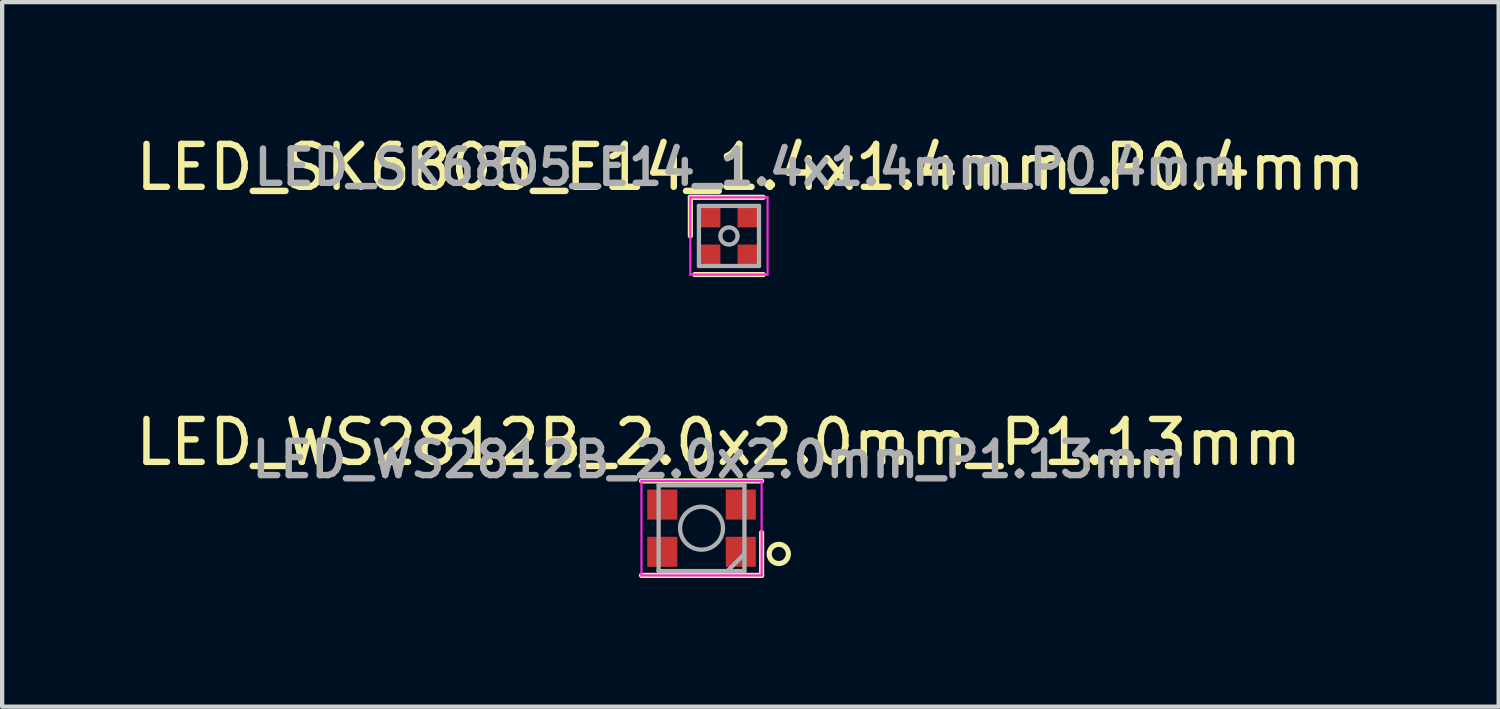
<source format=kicad_pcb>
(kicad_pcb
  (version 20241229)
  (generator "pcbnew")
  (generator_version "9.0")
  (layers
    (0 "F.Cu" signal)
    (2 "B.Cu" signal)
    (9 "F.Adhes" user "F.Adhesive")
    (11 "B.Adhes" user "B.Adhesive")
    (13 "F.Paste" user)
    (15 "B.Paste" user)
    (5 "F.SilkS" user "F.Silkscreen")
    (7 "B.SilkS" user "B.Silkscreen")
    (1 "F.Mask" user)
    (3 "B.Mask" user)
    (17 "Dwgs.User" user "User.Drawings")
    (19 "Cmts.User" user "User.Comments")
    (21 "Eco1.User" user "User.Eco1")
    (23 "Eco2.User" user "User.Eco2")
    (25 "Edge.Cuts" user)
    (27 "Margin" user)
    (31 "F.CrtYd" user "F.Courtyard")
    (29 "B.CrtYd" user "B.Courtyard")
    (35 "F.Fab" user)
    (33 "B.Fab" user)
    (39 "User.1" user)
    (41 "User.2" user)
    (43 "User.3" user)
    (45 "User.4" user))
  (footprint "LED_WS2812B_2.0x2.0mm_P1.13mm"
    (layer "F.Cu")
    (at 13.296 9.257)
    (property "Reference" "LED_WS2812B_2.0x2.0mm_P1.13mm" (at 0.4 -2 0) (layer "F.SilkS") (effects (font (size 1 1) (thickness 0.15))))
    (attr smd)
    (fp_line (start -1.4 -1.1) (end 1.4 -1.1) (stroke (width 0.12) (type solid)) (layer "F.SilkS"))
    (fp_line (start -1.4 1.1) (end 1.4 1.1) (stroke (width 0.12) (type solid)) (layer "F.SilkS"))
    (fp_line (start 1.4 1.1) (end 1.4 0.1) (stroke (width 0.12) (type solid)) (layer "F.SilkS"))
    (fp_circle (center 1.8 0.6) (end 1.9 0.8) (stroke (width 0.12) (type solid)) (fill no) (layer "F.SilkS"))
    (fp_line (start -1.4 -1.1) (end -1.4 1.1) (stroke (width 0.05) (type solid)) (layer "F.CrtYd"))
    (fp_line (start -1.4 1.1) (end 1.4 1.1) (stroke (width 0.05) (type solid)) (layer "F.CrtYd"))
    (fp_line (start 1.4 -1.1) (end -1.4 -1.1) (stroke (width 0.05) (type solid)) (layer "F.CrtYd"))
    (fp_line (start 1.4 1.1) (end 1.4 -1.1) (stroke (width 0.05) (type solid)) (layer "F.CrtYd"))
    (fp_line (start -1 -1) (end -1 1) (stroke (width 0.1) (type solid)) (layer "F.Fab"))
    (fp_line (start -1 1) (end 1 1) (stroke (width 0.1) (type solid)) (layer "F.Fab"))
    (fp_line (start 1 -1) (end -1 -1) (stroke (width 0.1) (type solid)) (layer "F.Fab"))
    (fp_line (start 1 0.6) (end 0.6 1) (stroke (width 0.1) (type solid)) (layer "F.Fab"))
    (fp_line (start 1 1) (end 1 -1) (stroke (width 0.1) (type solid)) (layer "F.Fab"))
    (fp_circle (center 0 0) (end 0.5 0) (stroke (width 0.1) (type solid)) (fill no) (layer "F.Fab"))
    (fp_text user "${REFERENCE}" (at 0.4 -1.6 0) (layer "F.Fab") (effects (font (size 0.8 0.8) (thickness 0.15))))
    (pad "1" smd rect (at -0.915 0.55) (size 0.7 0.7) (layers "F.Cu" "F.Mask" "F.Paste"))
    (pad "2" smd rect (at 0.915 0.55) (size 0.7 0.7) (layers "F.Cu" "F.Mask" "F.Paste"))
    (pad "3" smd rect (at 0.915 -0.55) (size 0.7 0.7) (layers "F.Cu" "F.Mask" "F.Paste"))
    (pad "4" smd rect (at -0.915 -0.55) (size 0.7 0.7) (layers "F.Cu" "F.Mask" "F.Paste")))
  (footprint "LED_SK6805_E14_1.4x1.4mm_P0.4mm"
    (layer "F.Cu")
    (at 13.935 2.448)
    (property "Reference" "LED_SK6805_E14_1.4x1.4mm_P0.4mm" (at 0.5 -1.6 0) (layer "F.SilkS") (effects (font (size 1 1) (thickness 0.15))))
    (attr smd)
    (fp_line (start -0.9 -0.9) (end 0.8 -0.9) (stroke (width 0.12) (type solid)) (layer "F.SilkS"))
    (fp_line (start -0.9 0) (end -0.9 -0.9) (stroke (width 0.12) (type solid)) (layer "F.SilkS"))
    (fp_line (start -0.8 0.9) (end 0.8 0.9) (stroke (width 0.12) (type solid)) (layer "F.SilkS"))
    (fp_line (start -0.9 -0.9) (end -0.9 0.9) (stroke (width 0.05) (type solid)) (layer "F.CrtYd"))
    (fp_line (start -0.9 0.9) (end 0.9 0.9) (stroke (width 0.05) (type solid)) (layer "F.CrtYd"))
    (fp_line (start 0.9 -0.9) (end -0.9 -0.9) (stroke (width 0.05) (type solid)) (layer "F.CrtYd"))
    (fp_line (start 0.9 0.9) (end 0.9 -0.9) (stroke (width 0.05) (type solid)) (layer "F.CrtYd"))
    (fp_line (start -0.7 -0.7) (end -0.7 0.7) (stroke (width 0.1) (type solid)) (layer "F.Fab"))
    (fp_line (start -0.7 0.7) (end 0.7 0.7) (stroke (width 0.1) (type solid)) (layer "F.Fab"))
    (fp_line (start 0.7 -0.7) (end -0.7 -0.7) (stroke (width 0.1) (type solid)) (layer "F.Fab"))
    (fp_line (start 0.7 0.7) (end 0.7 -0.7) (stroke (width 0.1) (type solid)) (layer "F.Fab"))
    (fp_circle (center 0 0) (end 0.2 0) (stroke (width 0.1) (type solid)) (fill no) (layer "F.Fab"))
    (fp_text user "${REFERENCE}" (at 0.4 -1.6 0) (layer "F.Fab") (effects (font (size 0.8 0.8) (thickness 0.15))))
    (pad "1" smd rect (at -0.45 -0.45) (size 0.5 0.5) (layers "F.Cu" "F.Mask" "F.Paste"))
    (pad "2" smd rect (at -0.45 0.45) (size 0.5 0.5) (layers "F.Cu" "F.Mask" "F.Paste"))
    (pad "3" smd rect (at 0.45 0.45) (size 0.5 0.5) (layers "F.Cu" "F.Mask" "F.Paste"))
    (pad "4" smd rect (at 0.45 -0.45) (size 0.5 0.5) (layers "F.Cu" "F.Mask" "F.Paste")))
  (gr_rect
    (start -3 -3)
    (end 31.869 13.416)
    (stroke (width 0.1) (type default))
    (fill no)
    (layer "Edge.Cuts")))
</source>
